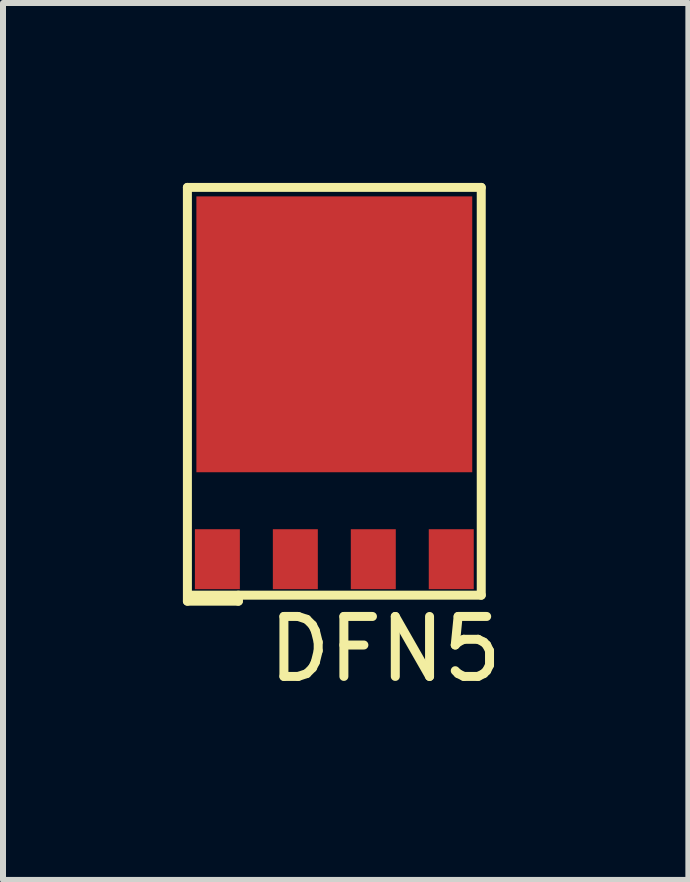
<source format=kicad_pcb>
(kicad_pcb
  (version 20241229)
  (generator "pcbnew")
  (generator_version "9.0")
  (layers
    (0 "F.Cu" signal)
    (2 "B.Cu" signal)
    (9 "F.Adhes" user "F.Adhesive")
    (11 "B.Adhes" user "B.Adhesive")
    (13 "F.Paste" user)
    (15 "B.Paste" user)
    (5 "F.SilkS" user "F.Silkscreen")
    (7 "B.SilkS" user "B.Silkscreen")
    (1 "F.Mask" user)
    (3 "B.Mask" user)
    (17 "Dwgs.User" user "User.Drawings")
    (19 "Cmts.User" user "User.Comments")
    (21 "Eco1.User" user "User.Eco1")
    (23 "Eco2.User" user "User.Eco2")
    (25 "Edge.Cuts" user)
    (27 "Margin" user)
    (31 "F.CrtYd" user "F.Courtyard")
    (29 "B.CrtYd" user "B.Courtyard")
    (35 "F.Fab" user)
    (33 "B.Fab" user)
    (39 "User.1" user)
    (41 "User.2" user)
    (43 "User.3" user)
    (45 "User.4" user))
  (footprint "DFN5"
    (layer "F.Cu")
    (at 2.525 4.875)
    (property "Reference" "DFN5" (at 0.85 2.9 0) (layer "F.SilkS") (effects (font (size 1 1) (thickness 0.15))))
    (attr through_hole)
    (fp_line (start -2.45 -4.8) (end 2.45 -4.8) (stroke (width 0.15) (type solid)) (layer "F.SilkS"))
    (fp_line (start -2.45 2.1) (end -2.45 -4.8) (stroke (width 0.15) (type solid)) (layer "F.SilkS"))
    (fp_line (start -2.45 2.1) (end -1.6 2.1) (stroke (width 0.15) (type solid)) (layer "F.SilkS"))
    (fp_line (start -1.6 2.1) (end -1.6 2) (stroke (width 0.15) (type solid)) (layer "F.SilkS"))
    (fp_line (start 2.45 -4.8) (end 2.45 2) (stroke (width 0.15) (type solid)) (layer "F.SilkS"))
    (fp_line (start 2.45 2) (end -2.4 2) (stroke (width 0.15) (type solid)) (layer "F.SilkS"))
    (pad "1" smd rect (at -1.95 1.4) (size 0.75 1) (layers "F.Cu" "F.Mask" "F.Paste"))
    (pad "1" smd rect (at -0.65 1.4) (size 0.75 1) (layers "F.Cu" "F.Mask" "F.Paste"))
    (pad "1" smd rect (at 0.65 1.4) (size 0.75 1) (layers "F.Cu" "F.Mask" "F.Paste"))
    (pad "2" smd rect (at 1.95 1.4) (size 0.75 1) (layers "F.Cu" "F.Mask" "F.Paste"))
    (pad "3" smd rect (at 0 -2.35) (size 4.6 4.6) (layers "F.Cu" "F.Mask" "F.Paste")))
  (gr_rect
    (start -3 -3)
    (end 8.429 11.623)
    (stroke (width 0.1) (type default))
    (fill no)
    (layer "Edge.Cuts")))
</source>
